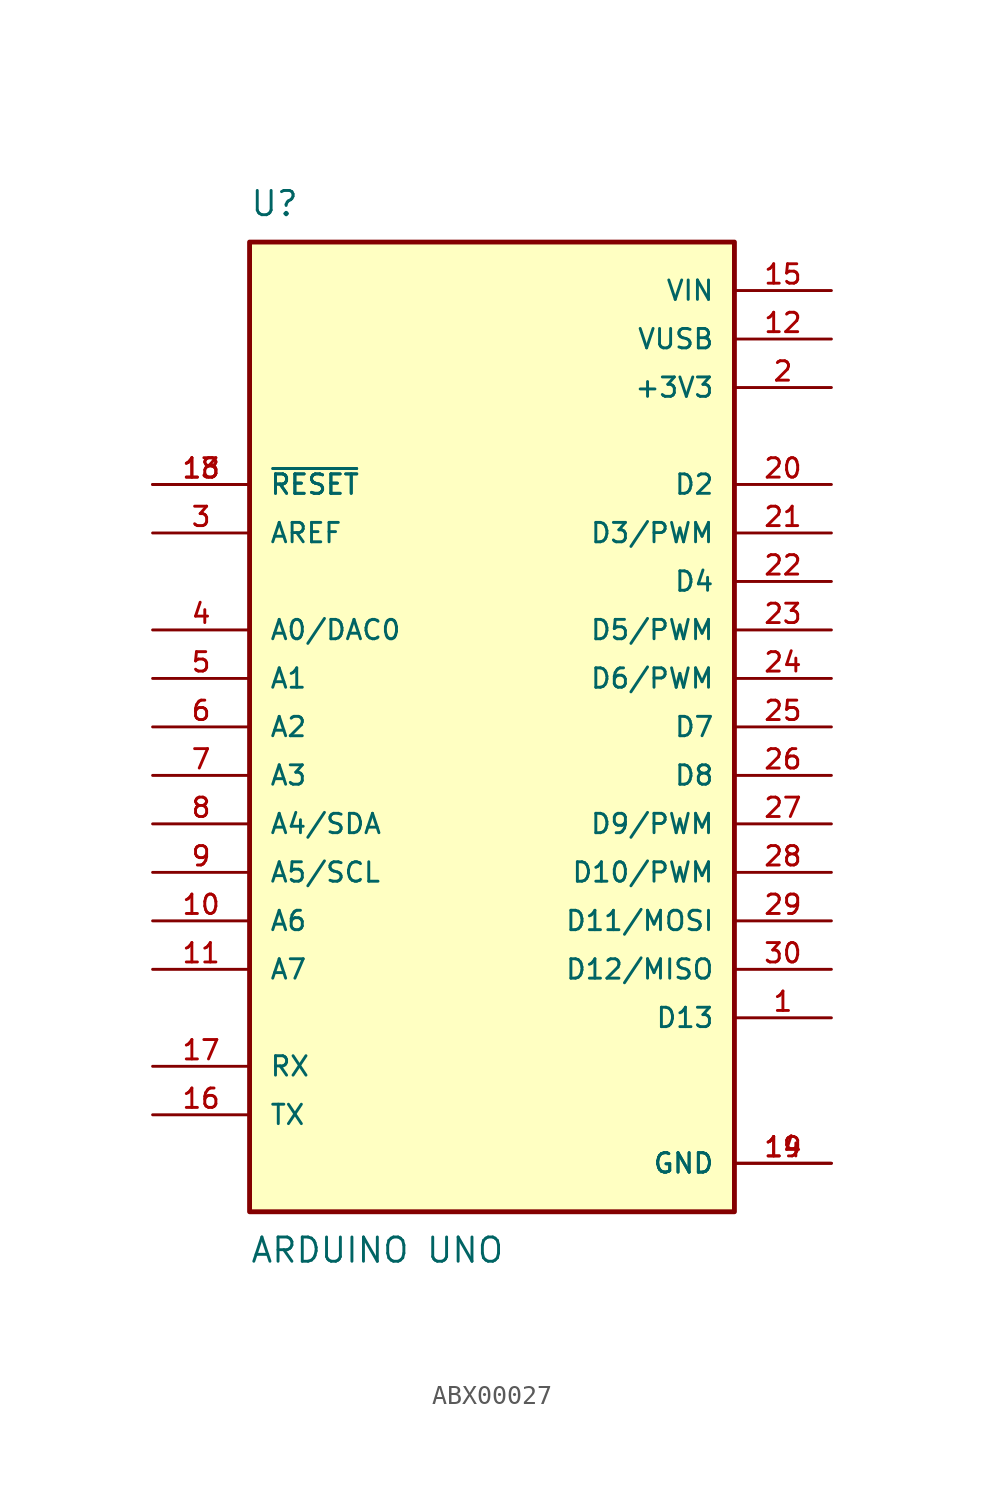
<source format=kicad_sym>
(kicad_symbol_lib
  (version 20220914)
  (generator kicad_symbol_editor)
  (symbol "ABX00027"
    (pin_names
      (offset 1.016))
    (property "Reference" "U"
      (at -12.7 26.67 0)
      (effects (font (size 1.27 1.27)) (justify left bottom)))
    (property "Value" "ARDUINO UNO"
      (at -12.7 -26.67 0)
      (effects (font (size 1.27 1.27)) (justify left top)))
    (symbol "ABX00027_0_0"
      (rectangle (start -12.7 25.4) (end 12.7 -25.4) (stroke (width 0.254) (type default)) (fill (type background)))
      (pin bidirectional line (at 17.78 -15.24 180) (length 5.08) (name "D13" (effects (font (size 1.016 1.016)))) (number "1" (effects (font (size 1.016 1.016)))))
      (pin input line (at -17.78 -10.16 0) (length 5.08) (name "A6" (effects (font (size 1.016 1.016)))) (number "10" (effects (font (size 1.016 1.016)))))
      (pin input line (at -17.78 -12.7 0) (length 5.08) (name "A7" (effects (font (size 1.016 1.016)))) (number "11" (effects (font (size 1.016 1.016)))))
      (pin power_in line (at 17.78 20.32 180) (length 5.08) (name "VUSB" (effects (font (size 1.016 1.016)))) (number "12" (effects (font (size 1.016 1.016)))))
      (pin input line (at -17.78 12.7 0) (length 5.08) (name "~{RESET}" (effects (font (size 1.016 1.016)))) (number "13" (effects (font (size 1.016 1.016)))))
      (pin power_in line (at 17.78 -22.86 180) (length 5.08) (name "GND" (effects (font (size 1.016 1.016)))) (number "14" (effects (font (size 1.016 1.016)))))
      (pin power_in line (at 17.78 22.86 180) (length 5.08) (name "VIN" (effects (font (size 1.016 1.016)))) (number "15" (effects (font (size 1.016 1.016)))))
      (pin bidirectional line (at -17.78 -20.32 0) (length 5.08) (name "TX" (effects (font (size 1.016 1.016)))) (number "16" (effects (font (size 1.016 1.016)))))
      (pin bidirectional line (at -17.78 -17.78 0) (length 5.08) (name "RX" (effects (font (size 1.016 1.016)))) (number "17" (effects (font (size 1.016 1.016)))))
      (pin input line (at -17.78 12.7 0) (length 5.08) (name "~{RESET}" (effects (font (size 1.016 1.016)))) (number "18" (effects (font (size 1.016 1.016)))))
      (pin power_in line (at 17.78 -22.86 180) (length 5.08) (name "GND" (effects (font (size 1.016 1.016)))) (number "19" (effects (font (size 1.016 1.016)))))
      (pin power_in line (at 17.78 17.78 180) (length 5.08) (name "+3V3" (effects (font (size 1.016 1.016)))) (number "2" (effects (font (size 1.016 1.016)))))
      (pin bidirectional line (at 17.78 12.7 180) (length 5.08) (name "D2" (effects (font (size 1.016 1.016)))) (number "20" (effects (font (size 1.016 1.016)))))
      (pin bidirectional line (at 17.78 10.16 180) (length 5.08) (name "D3/PWM" (effects (font (size 1.016 1.016)))) (number "21" (effects (font (size 1.016 1.016)))))
      (pin bidirectional line (at 17.78 7.62 180) (length 5.08) (name "D4" (effects (font (size 1.016 1.016)))) (number "22" (effects (font (size 1.016 1.016)))))
      (pin bidirectional line (at 17.78 5.08 180) (length 5.08) (name "D5/PWM" (effects (font (size 1.016 1.016)))) (number "23" (effects (font (size 1.016 1.016)))))
      (pin bidirectional line (at 17.78 2.54 180) (length 5.08) (name "D6/PWM" (effects (font (size 1.016 1.016)))) (number "24" (effects (font (size 1.016 1.016)))))
      (pin bidirectional line (at 17.78 0 180) (length 5.08) (name "D7" (effects (font (size 1.016 1.016)))) (number "25" (effects (font (size 1.016 1.016)))))
      (pin bidirectional line (at 17.78 -2.54 180) (length 5.08) (name "D8" (effects (font (size 1.016 1.016)))) (number "26" (effects (font (size 1.016 1.016)))))
      (pin bidirectional line (at 17.78 -5.08 180) (length 5.08) (name "D9/PWM" (effects (font (size 1.016 1.016)))) (number "27" (effects (font (size 1.016 1.016)))))
      (pin bidirectional line (at 17.78 -7.62 180) (length 5.08) (name "D10/PWM" (effects (font (size 1.016 1.016)))) (number "28" (effects (font (size 1.016 1.016)))))
      (pin bidirectional line (at 17.78 -10.16 180) (length 5.08) (name "D11/MOSI" (effects (font (size 1.016 1.016)))) (number "29" (effects (font (size 1.016 1.016)))))
      (pin input line (at -17.78 10.16 0) (length 5.08) (name "AREF" (effects (font (size 1.016 1.016)))) (number "3" (effects (font (size 1.016 1.016)))))
      (pin bidirectional line (at 17.78 -12.7 180) (length 5.08) (name "D12/MISO" (effects (font (size 1.016 1.016)))) (number "30" (effects (font (size 1.016 1.016)))))
      (pin bidirectional line (at -17.78 5.08 0) (length 5.08) (name "A0/DAC0" (effects (font (size 1.016 1.016)))) (number "4" (effects (font (size 1.016 1.016)))))
      (pin input line (at -17.78 2.54 0) (length 5.08) (name "A1" (effects (font (size 1.016 1.016)))) (number "5" (effects (font (size 1.016 1.016)))))
      (pin input line (at -17.78 0 0) (length 5.08) (name "A2" (effects (font (size 1.016 1.016)))) (number "6" (effects (font (size 1.016 1.016)))))
      (pin input line (at -17.78 -2.54 0) (length 5.08) (name "A3" (effects (font (size 1.016 1.016)))) (number "7" (effects (font (size 1.016 1.016)))))
      (pin input line (at -17.78 -5.08 0) (length 5.08) (name "A4/SDA" (effects (font (size 1.016 1.016)))) (number "8" (effects (font (size 1.016 1.016)))))
      (pin input line (at -17.78 -7.62 0) (length 5.08) (name "A5/SCL" (effects (font (size 1.016 1.016)))) (number "9" (effects (font (size 1.016 1.016))))))))
</source>
